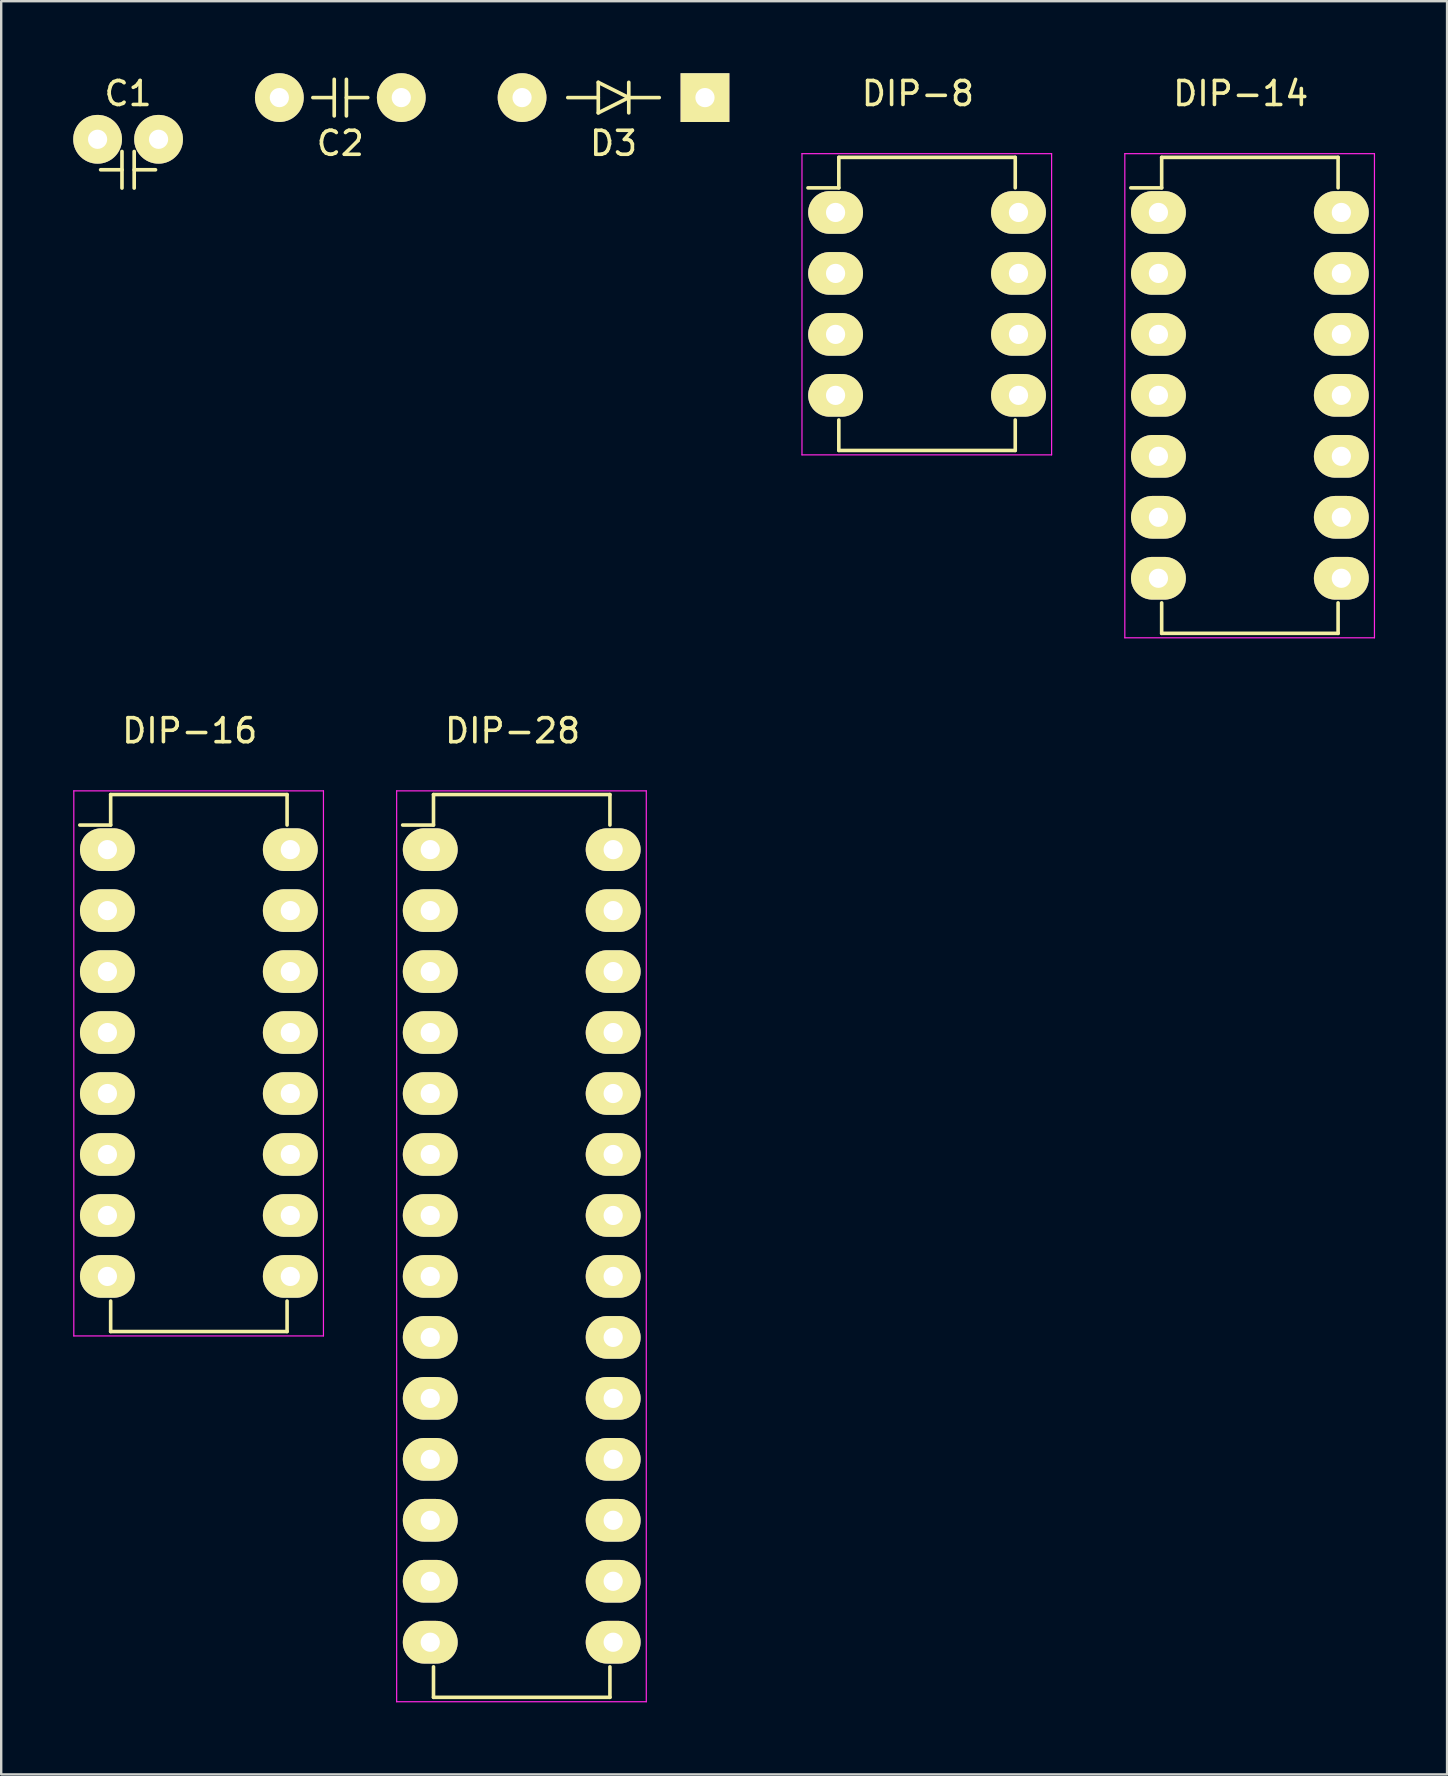
<source format=kicad_pcb>
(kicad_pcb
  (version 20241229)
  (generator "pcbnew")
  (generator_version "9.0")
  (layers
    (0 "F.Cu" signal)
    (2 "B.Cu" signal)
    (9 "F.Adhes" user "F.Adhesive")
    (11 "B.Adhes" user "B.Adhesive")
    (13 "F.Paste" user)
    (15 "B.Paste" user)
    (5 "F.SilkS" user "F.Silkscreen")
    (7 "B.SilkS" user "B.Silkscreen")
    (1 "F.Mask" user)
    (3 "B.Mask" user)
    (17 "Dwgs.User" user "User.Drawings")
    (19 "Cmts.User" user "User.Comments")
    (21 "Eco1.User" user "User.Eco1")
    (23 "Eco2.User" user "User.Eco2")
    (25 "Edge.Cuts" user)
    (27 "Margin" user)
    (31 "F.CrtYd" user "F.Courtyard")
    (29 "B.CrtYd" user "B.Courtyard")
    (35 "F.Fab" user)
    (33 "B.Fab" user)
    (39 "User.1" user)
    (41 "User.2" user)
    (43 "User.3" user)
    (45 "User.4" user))
  (footprint "C2"
    (layer "F.Cu")
    (at 11.128 1.016)
    (property "Reference" "C2" (at 0 1.905 0) (layer "F.SilkS") (effects (font (size 1 1) (thickness 0.15))))
    (attr through_hole)
    (fp_line (start -1.143 0) (end -0.254 0) (stroke (width 0.152) (type solid)) (layer "F.SilkS"))
    (fp_line (start -0.254 -0.762) (end -0.254 0.762) (stroke (width 0.152) (type solid)) (layer "F.SilkS"))
    (fp_line (start 0.254 0.762) (end 0.254 -0.762) (stroke (width 0.152) (type solid)) (layer "F.SilkS"))
    (fp_line (start 1.143 0) (end 0.254 0) (stroke (width 0.152) (type solid)) (layer "F.SilkS"))
    (pad "1" thru_hole circle (at 2.54 0) (size 2.032 2.032) (drill 0.8) (layers "*.Cu" "*.Mask" "F.SilkS"))
    (pad "2" thru_hole circle (at -2.54 0) (size 2.032 2.032) (drill 0.8) (layers "*.Cu" "*.Mask" "F.SilkS")))
  (footprint "DIP-28"
    (layer "F.Cu")
    (at 14.875 32.347)
    (property "Reference" "DIP-28" (at 3.429 -4.953 0) (layer "F.SilkS") (effects (font (size 1 1) (thickness 0.15))))
    (attr through_hole)
    (fp_line (start 0.135 -2.295) (end 0.135 -1.025) (stroke (width 0.15) (type solid)) (layer "F.SilkS"))
    (fp_line (start 0.135 -2.295) (end 7.485 -2.295) (stroke (width 0.15) (type solid)) (layer "F.SilkS"))
    (fp_line (start 0.135 -1.025) (end -1.15 -1.025) (stroke (width 0.15) (type solid)) (layer "F.SilkS"))
    (fp_line (start 0.135 35.315) (end 0.135 34.045) (stroke (width 0.15) (type solid)) (layer "F.SilkS"))
    (fp_line (start 0.135 35.315) (end 7.485 35.315) (stroke (width 0.15) (type solid)) (layer "F.SilkS"))
    (fp_line (start 7.485 -2.295) (end 7.485 -1.025) (stroke (width 0.15) (type solid)) (layer "F.SilkS"))
    (fp_line (start 7.485 35.315) (end 7.485 34.045) (stroke (width 0.15) (type solid)) (layer "F.SilkS"))
    (fp_line (start -1.4 -2.45) (end -1.4 35.5) (stroke (width 0.05) (type solid)) (layer "F.CrtYd"))
    (fp_line (start -1.4 -2.45) (end 9 -2.45) (stroke (width 0.05) (type solid)) (layer "F.CrtYd"))
    (fp_line (start -1.4 35.5) (end 9 35.5) (stroke (width 0.05) (type solid)) (layer "F.CrtYd"))
    (fp_line (start 9 -2.45) (end 9 35.5) (stroke (width 0.05) (type solid)) (layer "F.CrtYd"))
    (pad "1" thru_hole oval (at 0 0) (size 2.286 1.778) (drill 0.8) (layers "*.Cu" "*.Mask" "F.SilkS"))
    (pad "2" thru_hole oval (at 0 2.54) (size 2.286 1.778) (drill 0.8) (layers "*.Cu" "*.Mask" "F.SilkS"))
    (pad "3" thru_hole oval (at 0 5.08) (size 2.286 1.778) (drill 0.8) (layers "*.Cu" "*.Mask" "F.SilkS"))
    (pad "4" thru_hole oval (at 0 7.62) (size 2.286 1.778) (drill 0.8) (layers "*.Cu" "*.Mask" "F.SilkS"))
    (pad "5" thru_hole oval (at 0 10.16) (size 2.286 1.778) (drill 0.8) (layers "*.Cu" "*.Mask" "F.SilkS"))
    (pad "6" thru_hole oval (at 0 12.7) (size 2.286 1.778) (drill 0.8) (layers "*.Cu" "*.Mask" "F.SilkS"))
    (pad "7" thru_hole oval (at 0 15.24) (size 2.286 1.778) (drill 0.8) (layers "*.Cu" "*.Mask" "F.SilkS"))
    (pad "8" thru_hole oval (at 0 17.78) (size 2.286 1.778) (drill 0.8) (layers "*.Cu" "*.Mask" "F.SilkS"))
    (pad "9" thru_hole oval (at 0 20.32) (size 2.286 1.778) (drill 0.8) (layers "*.Cu" "*.Mask" "F.SilkS"))
    (pad "10" thru_hole oval (at 0 22.86) (size 2.286 1.778) (drill 0.8) (layers "*.Cu" "*.Mask" "F.SilkS"))
    (pad "11" thru_hole oval (at 0 25.4) (size 2.286 1.778) (drill 0.8) (layers "*.Cu" "*.Mask" "F.SilkS"))
    (pad "12" thru_hole oval (at 0 27.94) (size 2.286 1.778) (drill 0.8) (layers "*.Cu" "*.Mask" "F.SilkS"))
    (pad "13" thru_hole oval (at 0 30.48) (size 2.286 1.778) (drill 0.8) (layers "*.Cu" "*.Mask" "F.SilkS"))
    (pad "14" thru_hole oval (at 0 33.02) (size 2.286 1.778) (drill 0.8) (layers "*.Cu" "*.Mask" "F.SilkS"))
    (pad "15" thru_hole oval (at 7.62 33.02) (size 2.286 1.778) (drill 0.8) (layers "*.Cu" "*.Mask" "F.SilkS"))
    (pad "16" thru_hole oval (at 7.62 30.48) (size 2.286 1.778) (drill 0.8) (layers "*.Cu" "*.Mask" "F.SilkS"))
    (pad "17" thru_hole oval (at 7.62 27.94) (size 2.286 1.778) (drill 0.8) (layers "*.Cu" "*.Mask" "F.SilkS"))
    (pad "18" thru_hole oval (at 7.62 25.4) (size 2.286 1.778) (drill 0.8) (layers "*.Cu" "*.Mask" "F.SilkS"))
    (pad "19" thru_hole oval (at 7.62 22.86) (size 2.286 1.778) (drill 0.8) (layers "*.Cu" "*.Mask" "F.SilkS"))
    (pad "20" thru_hole oval (at 7.62 20.32) (size 2.286 1.778) (drill 0.8) (layers "*.Cu" "*.Mask" "F.SilkS"))
    (pad "21" thru_hole oval (at 7.62 17.78) (size 2.286 1.778) (drill 0.8) (layers "*.Cu" "*.Mask" "F.SilkS"))
    (pad "22" thru_hole oval (at 7.62 15.24) (size 2.286 1.778) (drill 0.8) (layers "*.Cu" "*.Mask" "F.SilkS"))
    (pad "23" thru_hole oval (at 7.62 12.7) (size 2.286 1.778) (drill 0.8) (layers "*.Cu" "*.Mask" "F.SilkS"))
    (pad "24" thru_hole oval (at 7.62 10.16) (size 2.286 1.778) (drill 0.8) (layers "*.Cu" "*.Mask" "F.SilkS"))
    (pad "25" thru_hole oval (at 7.62 7.62) (size 2.286 1.778) (drill 0.8) (layers "*.Cu" "*.Mask" "F.SilkS"))
    (pad "26" thru_hole oval (at 7.62 5.08) (size 2.286 1.778) (drill 0.8) (layers "*.Cu" "*.Mask" "F.SilkS"))
    (pad "27" thru_hole oval (at 7.62 2.54) (size 2.286 1.778) (drill 0.8) (layers "*.Cu" "*.Mask" "F.SilkS"))
    (pad "28" thru_hole oval (at 7.62 0) (size 2.286 1.778) (drill 0.8) (layers "*.Cu" "*.Mask" "F.SilkS")))
  (footprint "D3"
    (layer "F.Cu")
    (at 22.51 1.016)
    (property "Reference" "D3" (at 0 1.905 0) (layer "F.SilkS") (effects (font (size 1 1) (thickness 0.15))))
    (attr through_hole)
    (fp_line (start -0.635 -0.635) (end -0.635 0.635) (stroke (width 0.152) (type solid)) (layer "F.SilkS"))
    (fp_line (start -0.635 0) (end -1.905 0) (stroke (width 0.152) (type solid)) (layer "F.SilkS"))
    (fp_line (start -0.635 0.635) (end 0.635 0) (stroke (width 0.152) (type solid)) (layer "F.SilkS"))
    (fp_line (start 0.635 -0.635) (end 0.635 0.635) (stroke (width 0.152) (type solid)) (layer "F.SilkS"))
    (fp_line (start 0.635 0) (end -0.635 -0.635) (stroke (width 0.152) (type solid)) (layer "F.SilkS"))
    (fp_line (start 0.635 0) (end 1.905 0) (stroke (width 0.152) (type solid)) (layer "F.SilkS"))
    (pad "1" thru_hole rect (at 3.81 0) (size 2.032 2.032) (drill 0.8) (layers "*.Cu" "*.Mask" "F.SilkS"))
    (pad "2" thru_hole circle (at -3.81 0) (size 2.032 2.032) (drill 0.8) (layers "*.Cu" "*.Mask" "F.SilkS")))
  (footprint "DIP-16"
    (layer "F.Cu")
    (at 1.425 32.347)
    (property "Reference" "DIP-16" (at 3.429 -4.953 0) (layer "F.SilkS") (effects (font (size 1 1) (thickness 0.15))))
    (attr through_hole)
    (fp_line (start 0.135 -2.295) (end 0.135 -1.025) (stroke (width 0.15) (type solid)) (layer "F.SilkS"))
    (fp_line (start 0.135 -2.295) (end 7.485 -2.295) (stroke (width 0.15) (type solid)) (layer "F.SilkS"))
    (fp_line (start 0.135 -1.025) (end -1.15 -1.025) (stroke (width 0.15) (type solid)) (layer "F.SilkS"))
    (fp_line (start 0.135 20.075) (end 0.135 18.805) (stroke (width 0.15) (type solid)) (layer "F.SilkS"))
    (fp_line (start 0.135 20.075) (end 7.485 20.075) (stroke (width 0.15) (type solid)) (layer "F.SilkS"))
    (fp_line (start 7.485 -2.295) (end 7.485 -1.025) (stroke (width 0.15) (type solid)) (layer "F.SilkS"))
    (fp_line (start 7.485 20.075) (end 7.485 18.805) (stroke (width 0.15) (type solid)) (layer "F.SilkS"))
    (fp_line (start -1.4 -2.45) (end -1.4 20.26) (stroke (width 0.05) (type solid)) (layer "F.CrtYd"))
    (fp_line (start -1.4 -2.45) (end 9 -2.45) (stroke (width 0.05) (type solid)) (layer "F.CrtYd"))
    (fp_line (start -1.4 20.26) (end 9 20.26) (stroke (width 0.05) (type solid)) (layer "F.CrtYd"))
    (fp_line (start 9 -2.45) (end 9 20.26) (stroke (width 0.05) (type solid)) (layer "F.CrtYd"))
    (pad "1" thru_hole oval (at 0 0) (size 2.286 1.778) (drill 0.8) (layers "*.Cu" "*.Mask" "F.SilkS"))
    (pad "2" thru_hole oval (at 0 2.54) (size 2.286 1.778) (drill 0.8) (layers "*.Cu" "*.Mask" "F.SilkS"))
    (pad "3" thru_hole oval (at 0 5.08) (size 2.286 1.778) (drill 0.8) (layers "*.Cu" "*.Mask" "F.SilkS"))
    (pad "4" thru_hole oval (at 0 7.62) (size 2.286 1.778) (drill 0.8) (layers "*.Cu" "*.Mask" "F.SilkS"))
    (pad "5" thru_hole oval (at 0 10.16) (size 2.286 1.778) (drill 0.8) (layers "*.Cu" "*.Mask" "F.SilkS"))
    (pad "6" thru_hole oval (at 0 12.7) (size 2.286 1.778) (drill 0.8) (layers "*.Cu" "*.Mask" "F.SilkS"))
    (pad "7" thru_hole oval (at 0 15.24) (size 2.286 1.778) (drill 0.8) (layers "*.Cu" "*.Mask" "F.SilkS"))
    (pad "8" thru_hole oval (at 0 17.78) (size 2.286 1.778) (drill 0.8) (layers "*.Cu" "*.Mask" "F.SilkS"))
    (pad "9" thru_hole oval (at 7.62 17.78) (size 2.286 1.778) (drill 0.8) (layers "*.Cu" "*.Mask" "F.SilkS"))
    (pad "10" thru_hole oval (at 7.62 15.24) (size 2.286 1.778) (drill 0.8) (layers "*.Cu" "*.Mask" "F.SilkS"))
    (pad "11" thru_hole oval (at 7.62 12.7) (size 2.286 1.778) (drill 0.8) (layers "*.Cu" "*.Mask" "F.SilkS"))
    (pad "12" thru_hole oval (at 7.62 10.16) (size 2.286 1.778) (drill 0.8) (layers "*.Cu" "*.Mask" "F.SilkS"))
    (pad "13" thru_hole oval (at 7.62 7.62) (size 2.286 1.778) (drill 0.8) (layers "*.Cu" "*.Mask" "F.SilkS"))
    (pad "14" thru_hole oval (at 7.62 5.08) (size 2.286 1.778) (drill 0.8) (layers "*.Cu" "*.Mask" "F.SilkS"))
    (pad "15" thru_hole oval (at 7.62 2.54) (size 2.286 1.778) (drill 0.8) (layers "*.Cu" "*.Mask" "F.SilkS"))
    (pad "16" thru_hole oval (at 7.62 0) (size 2.286 1.778) (drill 0.8) (layers "*.Cu" "*.Mask" "F.SilkS")))
  (footprint "DIP-14"
    (layer "F.Cu")
    (at 45.211 5.801)
    (property "Reference" "DIP-14" (at 3.429 -4.953 0) (layer "F.SilkS") (effects (font (size 1 1) (thickness 0.15))))
    (attr through_hole)
    (fp_line (start 0.135 -2.295) (end 0.135 -1.025) (stroke (width 0.15) (type solid)) (layer "F.SilkS"))
    (fp_line (start 0.135 -2.295) (end 7.485 -2.295) (stroke (width 0.15) (type solid)) (layer "F.SilkS"))
    (fp_line (start 0.135 -1.025) (end -1.15 -1.025) (stroke (width 0.15) (type solid)) (layer "F.SilkS"))
    (fp_line (start 0.135 17.535) (end 0.135 16.265) (stroke (width 0.15) (type solid)) (layer "F.SilkS"))
    (fp_line (start 0.135 17.535) (end 7.485 17.535) (stroke (width 0.15) (type solid)) (layer "F.SilkS"))
    (fp_line (start 7.485 -2.295) (end 7.485 -1.025) (stroke (width 0.15) (type solid)) (layer "F.SilkS"))
    (fp_line (start 7.485 17.535) (end 7.485 16.265) (stroke (width 0.15) (type solid)) (layer "F.SilkS"))
    (fp_line (start -1.4 -2.45) (end -1.4 17.72) (stroke (width 0.05) (type solid)) (layer "F.CrtYd"))
    (fp_line (start -1.4 -2.45) (end 9 -2.45) (stroke (width 0.05) (type solid)) (layer "F.CrtYd"))
    (fp_line (start -1.4 17.72) (end 9 17.72) (stroke (width 0.05) (type solid)) (layer "F.CrtYd"))
    (fp_line (start 9 -2.45) (end 9 17.72) (stroke (width 0.05) (type solid)) (layer "F.CrtYd"))
    (pad "1" thru_hole oval (at 0 0) (size 2.286 1.778) (drill 0.8) (layers "*.Cu" "*.Mask" "F.SilkS"))
    (pad "2" thru_hole oval (at 0 2.54) (size 2.286 1.778) (drill 0.8) (layers "*.Cu" "*.Mask" "F.SilkS"))
    (pad "3" thru_hole oval (at 0 5.08) (size 2.286 1.778) (drill 0.8) (layers "*.Cu" "*.Mask" "F.SilkS"))
    (pad "4" thru_hole oval (at 0 7.62) (size 2.286 1.778) (drill 0.8) (layers "*.Cu" "*.Mask" "F.SilkS"))
    (pad "5" thru_hole oval (at 0 10.16) (size 2.286 1.778) (drill 0.8) (layers "*.Cu" "*.Mask" "F.SilkS"))
    (pad "6" thru_hole oval (at 0 12.7) (size 2.286 1.778) (drill 0.8) (layers "*.Cu" "*.Mask" "F.SilkS"))
    (pad "7" thru_hole oval (at 0 15.24) (size 2.286 1.778) (drill 0.8) (layers "*.Cu" "*.Mask" "F.SilkS"))
    (pad "8" thru_hole oval (at 7.62 15.24) (size 2.286 1.778) (drill 0.8) (layers "*.Cu" "*.Mask" "F.SilkS"))
    (pad "9" thru_hole oval (at 7.62 12.7) (size 2.286 1.778) (drill 0.8) (layers "*.Cu" "*.Mask" "F.SilkS"))
    (pad "10" thru_hole oval (at 7.62 10.16) (size 2.286 1.778) (drill 0.8) (layers "*.Cu" "*.Mask" "F.SilkS"))
    (pad "11" thru_hole oval (at 7.62 7.62) (size 2.286 1.778) (drill 0.8) (layers "*.Cu" "*.Mask" "F.SilkS"))
    (pad "12" thru_hole oval (at 7.62 5.08) (size 2.286 1.778) (drill 0.8) (layers "*.Cu" "*.Mask" "F.SilkS"))
    (pad "13" thru_hole oval (at 7.62 2.54) (size 2.286 1.778) (drill 0.8) (layers "*.Cu" "*.Mask" "F.SilkS"))
    (pad "14" thru_hole oval (at 7.62 0) (size 2.286 1.778) (drill 0.8) (layers "*.Cu" "*.Mask" "F.SilkS")))
  (footprint "DIP-8"
    (layer "F.Cu")
    (at 31.761 5.801)
    (property "Reference" "DIP-8" (at 3.429 -4.953 0) (layer "F.SilkS") (effects (font (size 1 1) (thickness 0.15))))
    (attr through_hole)
    (fp_line (start 0.135 -2.295) (end 0.135 -1.025) (stroke (width 0.15) (type solid)) (layer "F.SilkS"))
    (fp_line (start 0.135 -2.295) (end 7.485 -2.295) (stroke (width 0.15) (type solid)) (layer "F.SilkS"))
    (fp_line (start 0.135 -1.025) (end -1.15 -1.025) (stroke (width 0.15) (type solid)) (layer "F.SilkS"))
    (fp_line (start 0.135 9.915) (end 0.135 8.645) (stroke (width 0.15) (type solid)) (layer "F.SilkS"))
    (fp_line (start 0.135 9.915) (end 7.485 9.915) (stroke (width 0.15) (type solid)) (layer "F.SilkS"))
    (fp_line (start 7.485 -2.295) (end 7.485 -1.025) (stroke (width 0.15) (type solid)) (layer "F.SilkS"))
    (fp_line (start 7.485 9.915) (end 7.485 8.645) (stroke (width 0.15) (type solid)) (layer "F.SilkS"))
    (fp_line (start -1.4 -2.45) (end -1.4 10.1) (stroke (width 0.05) (type solid)) (layer "F.CrtYd"))
    (fp_line (start -1.4 -2.45) (end 9 -2.45) (stroke (width 0.05) (type solid)) (layer "F.CrtYd"))
    (fp_line (start -1.4 10.1) (end 9 10.1) (stroke (width 0.05) (type solid)) (layer "F.CrtYd"))
    (fp_line (start 9 -2.45) (end 9 10.1) (stroke (width 0.05) (type solid)) (layer "F.CrtYd"))
    (pad "1" thru_hole oval (at 0 0) (size 2.286 1.778) (drill 0.8) (layers "*.Cu" "*.Mask" "F.SilkS"))
    (pad "2" thru_hole oval (at 0 2.54) (size 2.286 1.778) (drill 0.8) (layers "*.Cu" "*.Mask" "F.SilkS"))
    (pad "3" thru_hole oval (at 0 5.08) (size 2.286 1.778) (drill 0.8) (layers "*.Cu" "*.Mask" "F.SilkS"))
    (pad "4" thru_hole oval (at 0 7.62) (size 2.286 1.778) (drill 0.8) (layers "*.Cu" "*.Mask" "F.SilkS"))
    (pad "11" thru_hole oval (at 7.62 7.62) (size 2.286 1.778) (drill 0.8) (layers "*.Cu" "*.Mask" "F.SilkS"))
    (pad "12" thru_hole oval (at 7.62 5.08) (size 2.286 1.778) (drill 0.8) (layers "*.Cu" "*.Mask" "F.SilkS"))
    (pad "13" thru_hole oval (at 7.62 2.54) (size 2.286 1.778) (drill 0.8) (layers "*.Cu" "*.Mask" "F.SilkS"))
    (pad "14" thru_hole oval (at 7.62 0) (size 2.286 1.778) (drill 0.8) (layers "*.Cu" "*.Mask" "F.SilkS")))
  (footprint "C1"
    (layer "F.Cu")
    (at 2.286 2.753)
    (property "Reference" "C1" (at 0 -1.905 0) (layer "F.SilkS") (effects (font (size 1 1) (thickness 0.15))))
    (attr through_hole)
    (fp_line (start -1.143 1.27) (end -0.254 1.27) (stroke (width 0.152) (type solid)) (layer "F.SilkS"))
    (fp_line (start -0.254 0.508) (end -0.254 2.032) (stroke (width 0.152) (type solid)) (layer "F.SilkS"))
    (fp_line (start 0.254 2.032) (end 0.254 0.508) (stroke (width 0.152) (type solid)) (layer "F.SilkS"))
    (fp_line (start 1.143 1.27) (end 0.254 1.27) (stroke (width 0.152) (type solid)) (layer "F.SilkS"))
    (pad "1" thru_hole circle (at 1.27 0) (size 2.032 2.032) (drill 0.8) (layers "*.Cu" "*.Mask" "F.SilkS"))
    (pad "2" thru_hole circle (at -1.27 0) (size 2.032 2.032) (drill 0.8) (layers "*.Cu" "*.Mask" "F.SilkS")))
  (gr_rect
    (start -3 -3)
    (end 57.236 70.873)
    (stroke (width 0.1) (type default))
    (fill no)
    (layer "Edge.Cuts")))
</source>
